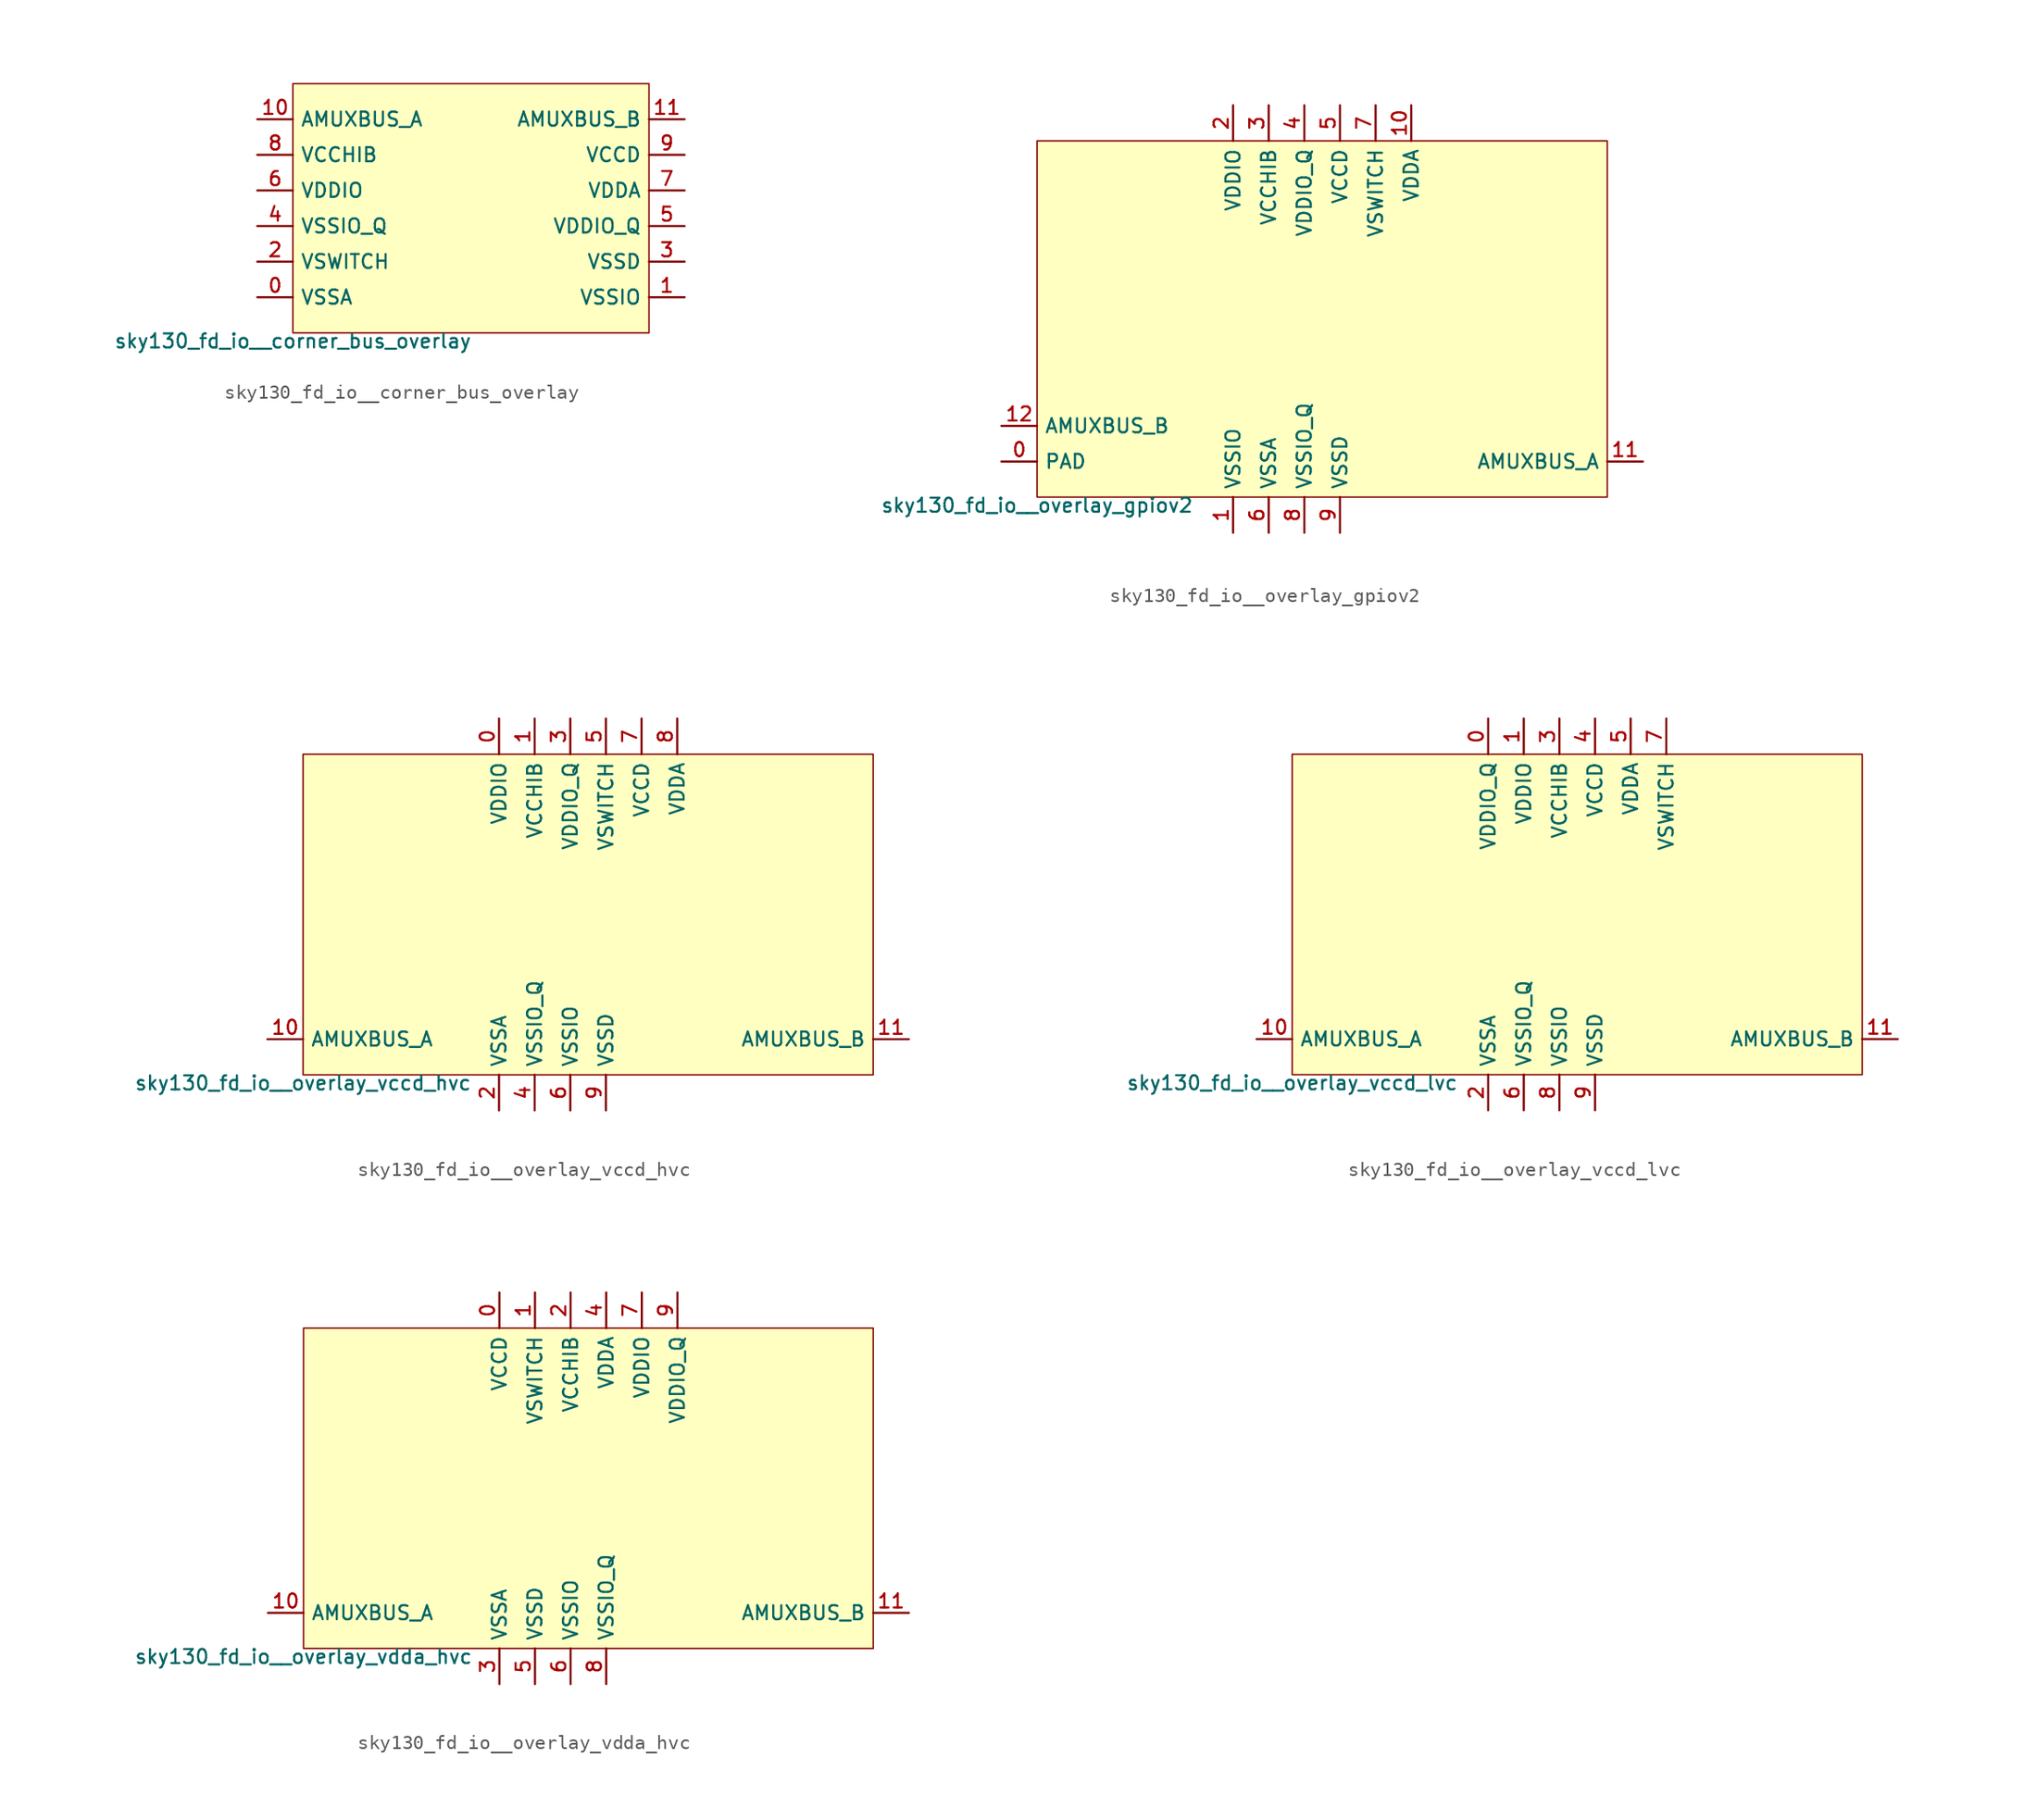
<source format=kicad_sym>
(kicad_symbol_lib
  (version 20211014)
  (generator lef2kicad_sym)
  (symbol "sky130_fd_io__corner_bus_overlay"
    (property "Reference" "X"
      (at 0 0 0)
      (effects (font (size 1 1)) hide))
    (property "Value" "sky130_fd_io__corner_bus_overlay"
      (at -12.7 -8.89 0)
      (effects (font (size 1 1)) (justify top)))
    (rectangle
      (start -12.7 -8.89)
      (end 12.7 8.89)
      (stroke (width 0.1) (type solid) (color 0 0 0 0))
      (fill (type background)))
    (pin bidirectional line
      (at -15.24 -6.35 0)
      (length 2.54)
      (name "VSSA" (effects (font (size 1 1)) hide))
      (number "0" (effects (font (size 1 1)) hide)))
    (pin bidirectional line
      (at 15.24 -6.35 180)
      (length 2.54)
      (name "VSSIO" (effects (font (size 1 1)) hide))
      (number "1" (effects (font (size 1 1)) hide)))
    (pin bidirectional line
      (at -15.24 -3.81 0)
      (length 2.54)
      (name "VSWITCH" (effects (font (size 1 1)) hide))
      (number "2" (effects (font (size 1 1)) hide)))
    (pin bidirectional line
      (at 15.24 -3.81 180)
      (length 2.54)
      (name "VSSD" (effects (font (size 1 1)) hide))
      (number "3" (effects (font (size 1 1)) hide)))
    (pin bidirectional line
      (at -15.24 -1.27 0)
      (length 2.54)
      (name "VSSIO_Q" (effects (font (size 1 1)) hide))
      (number "4" (effects (font (size 1 1)) hide)))
    (pin bidirectional line
      (at 15.24 -1.27 180)
      (length 2.54)
      (name "VDDIO_Q" (effects (font (size 1 1)) hide))
      (number "5" (effects (font (size 1 1)) hide)))
    (pin bidirectional line
      (at -15.24 1.27 0)
      (length 2.54)
      (name "VDDIO" (effects (font (size 1 1)) hide))
      (number "6" (effects (font (size 1 1)) hide)))
    (pin bidirectional line
      (at 15.24 1.27 180)
      (length 2.54)
      (name "VDDA" (effects (font (size 1 1)) hide))
      (number "7" (effects (font (size 1 1)) hide)))
    (pin bidirectional line
      (at -15.24 3.81 0)
      (length 2.54)
      (name "VCCHIB" (effects (font (size 1 1)) hide))
      (number "8" (effects (font (size 1 1)) hide)))
    (pin bidirectional line
      (at 15.24 3.81 180)
      (length 2.54)
      (name "VCCD" (effects (font (size 1 1)) hide))
      (number "9" (effects (font (size 1 1)) hide)))
    (pin bidirectional line
      (at -15.24 6.35 0)
      (length 2.54)
      (name "AMUXBUS_A" (effects (font (size 1 1)) hide))
      (number "10" (effects (font (size 1 1)) hide)))
    (pin bidirectional line
      (at 15.24 6.35 180)
      (length 2.54)
      (name "AMUXBUS_B" (effects (font (size 1 1)) hide))
      (number "11" (effects (font (size 1 1)) hide))))
  (symbol "sky130_fd_io__overlay_gpiov2"
    (property "Reference" "X"
      (at 0 0 0)
      (effects (font (size 1 1)) hide))
    (property "Value" "sky130_fd_io__overlay_gpiov2"
      (at -20.32 -12.7 0)
      (effects (font (size 1 1)) (justify top)))
    (rectangle
      (start -20.32 -12.7)
      (end 20.32 12.7)
      (stroke (width 0.1) (type solid) (color 0 0 0 0))
      (fill (type background)))
    (pin bidirectional line
      (at -22.86 -10.16 0)
      (length 2.54)
      (name "PAD" (effects (font (size 1 1)) hide))
      (number "0" (effects (font (size 1 1)) hide)))
    (pin power_in line
      (at -6.35 -15.24 90)
      (length 2.54)
      (name "VSSIO" (effects (font (size 1 1)) hide))
      (number "1" (effects (font (size 1 1)) hide)))
    (pin power_in line
      (at -6.35 15.24 270)
      (length 2.54)
      (name "VDDIO" (effects (font (size 1 1)) hide))
      (number "2" (effects (font (size 1 1)) hide)))
    (pin power_in line
      (at -3.81 15.24 270)
      (length 2.54)
      (name "VCCHIB" (effects (font (size 1 1)) hide))
      (number "3" (effects (font (size 1 1)) hide)))
    (pin power_in line
      (at -1.27 15.24 270)
      (length 2.54)
      (name "VDDIO_Q" (effects (font (size 1 1)) hide))
      (number "4" (effects (font (size 1 1)) hide)))
    (pin power_in line
      (at 1.27 15.24 270)
      (length 2.54)
      (name "VCCD" (effects (font (size 1 1)) hide))
      (number "5" (effects (font (size 1 1)) hide)))
    (pin power_in line
      (at -3.81 -15.24 90)
      (length 2.54)
      (name "VSSA" (effects (font (size 1 1)) hide))
      (number "6" (effects (font (size 1 1)) hide)))
    (pin power_in line
      (at 3.81 15.24 270)
      (length 2.54)
      (name "VSWITCH" (effects (font (size 1 1)) hide))
      (number "7" (effects (font (size 1 1)) hide)))
    (pin power_in line
      (at -1.27 -15.24 90)
      (length 2.54)
      (name "VSSIO_Q" (effects (font (size 1 1)) hide))
      (number "8" (effects (font (size 1 1)) hide)))
    (pin power_in line
      (at 1.27 -15.24 90)
      (length 2.54)
      (name "VSSD" (effects (font (size 1 1)) hide))
      (number "9" (effects (font (size 1 1)) hide)))
    (pin power_in line
      (at 6.35 15.24 270)
      (length 2.54)
      (name "VDDA" (effects (font (size 1 1)) hide))
      (number "10" (effects (font (size 1 1)) hide)))
    (pin bidirectional line
      (at 22.86 -10.16 180)
      (length 2.54)
      (name "AMUXBUS_A" (effects (font (size 1 1)) hide))
      (number "11" (effects (font (size 1 1)) hide)))
    (pin bidirectional line
      (at -22.86 -7.62 0)
      (length 2.54)
      (name "AMUXBUS_B" (effects (font (size 1 1)) hide))
      (number "12" (effects (font (size 1 1)) hide))))
  (symbol "sky130_fd_io__overlay_vccd_hvc"
    (property "Reference" "X"
      (at 0 0 0)
      (effects (font (size 1 1)) hide))
    (property "Value" "sky130_fd_io__overlay_vccd_hvc"
      (at -20.32 -11.43 0)
      (effects (font (size 1 1)) (justify top)))
    (rectangle
      (start -20.32 -11.43)
      (end 20.32 11.43)
      (stroke (width 0.1) (type solid) (color 0 0 0 0))
      (fill (type background)))
    (pin power_in line
      (at -6.35 13.97 270)
      (length 2.54)
      (name "VDDIO" (effects (font (size 1 1)) hide))
      (number "0" (effects (font (size 1 1)) hide)))
    (pin power_in line
      (at -3.81 13.97 270)
      (length 2.54)
      (name "VCCHIB" (effects (font (size 1 1)) hide))
      (number "1" (effects (font (size 1 1)) hide)))
    (pin power_in line
      (at -6.35 -13.97 90)
      (length 2.54)
      (name "VSSA" (effects (font (size 1 1)) hide))
      (number "2" (effects (font (size 1 1)) hide)))
    (pin power_in line
      (at -1.27 13.97 270)
      (length 2.54)
      (name "VDDIO_Q" (effects (font (size 1 1)) hide))
      (number "3" (effects (font (size 1 1)) hide)))
    (pin power_in line
      (at -3.81 -13.97 90)
      (length 2.54)
      (name "VSSIO_Q" (effects (font (size 1 1)) hide))
      (number "4" (effects (font (size 1 1)) hide)))
    (pin power_in line
      (at 1.27 13.97 270)
      (length 2.54)
      (name "VSWITCH" (effects (font (size 1 1)) hide))
      (number "5" (effects (font (size 1 1)) hide)))
    (pin power_in line
      (at -1.27 -13.97 90)
      (length 2.54)
      (name "VSSIO" (effects (font (size 1 1)) hide))
      (number "6" (effects (font (size 1 1)) hide)))
    (pin power_in line
      (at 3.81 13.97 270)
      (length 2.54)
      (name "VCCD" (effects (font (size 1 1)) hide))
      (number "7" (effects (font (size 1 1)) hide)))
    (pin power_in line
      (at 6.35 13.97 270)
      (length 2.54)
      (name "VDDA" (effects (font (size 1 1)) hide))
      (number "8" (effects (font (size 1 1)) hide)))
    (pin power_in line
      (at 1.27 -13.97 90)
      (length 2.54)
      (name "VSSD" (effects (font (size 1 1)) hide))
      (number "9" (effects (font (size 1 1)) hide)))
    (pin bidirectional line
      (at -22.86 -8.89 0)
      (length 2.54)
      (name "AMUXBUS_A" (effects (font (size 1 1)) hide))
      (number "10" (effects (font (size 1 1)) hide)))
    (pin bidirectional line
      (at 22.86 -8.89 180)
      (length 2.54)
      (name "AMUXBUS_B" (effects (font (size 1 1)) hide))
      (number "11" (effects (font (size 1 1)) hide))))
  (symbol "sky130_fd_io__overlay_vccd_lvc"
    (property "Reference" "X"
      (at 0 0 0)
      (effects (font (size 1 1)) hide))
    (property "Value" "sky130_fd_io__overlay_vccd_lvc"
      (at -20.32 -11.43 0)
      (effects (font (size 1 1)) (justify top)))
    (rectangle
      (start -20.32 -11.43)
      (end 20.32 11.43)
      (stroke (width 0.1) (type solid) (color 0 0 0 0))
      (fill (type background)))
    (pin power_in line
      (at -6.35 13.97 270)
      (length 2.54)
      (name "VDDIO_Q" (effects (font (size 1 1)) hide))
      (number "0" (effects (font (size 1 1)) hide)))
    (pin power_in line
      (at -3.81 13.97 270)
      (length 2.54)
      (name "VDDIO" (effects (font (size 1 1)) hide))
      (number "1" (effects (font (size 1 1)) hide)))
    (pin power_in line
      (at -6.35 -13.97 90)
      (length 2.54)
      (name "VSSA" (effects (font (size 1 1)) hide))
      (number "2" (effects (font (size 1 1)) hide)))
    (pin power_in line
      (at -1.27 13.97 270)
      (length 2.54)
      (name "VCCHIB" (effects (font (size 1 1)) hide))
      (number "3" (effects (font (size 1 1)) hide)))
    (pin power_in line
      (at 1.27 13.97 270)
      (length 2.54)
      (name "VCCD" (effects (font (size 1 1)) hide))
      (number "4" (effects (font (size 1 1)) hide)))
    (pin power_in line
      (at 3.81 13.97 270)
      (length 2.54)
      (name "VDDA" (effects (font (size 1 1)) hide))
      (number "5" (effects (font (size 1 1)) hide)))
    (pin power_in line
      (at -3.81 -13.97 90)
      (length 2.54)
      (name "VSSIO_Q" (effects (font (size 1 1)) hide))
      (number "6" (effects (font (size 1 1)) hide)))
    (pin power_in line
      (at 6.35 13.97 270)
      (length 2.54)
      (name "VSWITCH" (effects (font (size 1 1)) hide))
      (number "7" (effects (font (size 1 1)) hide)))
    (pin power_in line
      (at -1.27 -13.97 90)
      (length 2.54)
      (name "VSSIO" (effects (font (size 1 1)) hide))
      (number "8" (effects (font (size 1 1)) hide)))
    (pin power_in line
      (at 1.27 -13.97 90)
      (length 2.54)
      (name "VSSD" (effects (font (size 1 1)) hide))
      (number "9" (effects (font (size 1 1)) hide)))
    (pin bidirectional line
      (at -22.86 -8.89 0)
      (length 2.54)
      (name "AMUXBUS_A" (effects (font (size 1 1)) hide))
      (number "10" (effects (font (size 1 1)) hide)))
    (pin bidirectional line
      (at 22.86 -8.89 180)
      (length 2.54)
      (name "AMUXBUS_B" (effects (font (size 1 1)) hide))
      (number "11" (effects (font (size 1 1)) hide))))
  (symbol "sky130_fd_io__overlay_vdda_hvc"
    (property "Reference" "X"
      (at 0 0 0)
      (effects (font (size 1 1)) hide))
    (property "Value" "sky130_fd_io__overlay_vdda_hvc"
      (at -20.32 -11.43 0)
      (effects (font (size 1 1)) (justify top)))
    (rectangle
      (start -20.32 -11.43)
      (end 20.32 11.43)
      (stroke (width 0.1) (type solid) (color 0 0 0 0))
      (fill (type background)))
    (pin power_in line
      (at -6.35 13.97 270)
      (length 2.54)
      (name "VCCD" (effects (font (size 1 1)) hide))
      (number "0" (effects (font (size 1 1)) hide)))
    (pin power_in line
      (at -3.81 13.97 270)
      (length 2.54)
      (name "VSWITCH" (effects (font (size 1 1)) hide))
      (number "1" (effects (font (size 1 1)) hide)))
    (pin power_in line
      (at -1.27 13.97 270)
      (length 2.54)
      (name "VCCHIB" (effects (font (size 1 1)) hide))
      (number "2" (effects (font (size 1 1)) hide)))
    (pin power_in line
      (at -6.35 -13.97 90)
      (length 2.54)
      (name "VSSA" (effects (font (size 1 1)) hide))
      (number "3" (effects (font (size 1 1)) hide)))
    (pin power_in line
      (at 1.27 13.97 270)
      (length 2.54)
      (name "VDDA" (effects (font (size 1 1)) hide))
      (number "4" (effects (font (size 1 1)) hide)))
    (pin power_in line
      (at -3.81 -13.97 90)
      (length 2.54)
      (name "VSSD" (effects (font (size 1 1)) hide))
      (number "5" (effects (font (size 1 1)) hide)))
    (pin power_in line
      (at -1.27 -13.97 90)
      (length 2.54)
      (name "VSSIO" (effects (font (size 1 1)) hide))
      (number "6" (effects (font (size 1 1)) hide)))
    (pin power_in line
      (at 3.81 13.97 270)
      (length 2.54)
      (name "VDDIO" (effects (font (size 1 1)) hide))
      (number "7" (effects (font (size 1 1)) hide)))
    (pin power_in line
      (at 1.27 -13.97 90)
      (length 2.54)
      (name "VSSIO_Q" (effects (font (size 1 1)) hide))
      (number "8" (effects (font (size 1 1)) hide)))
    (pin power_in line
      (at 6.35 13.97 270)
      (length 2.54)
      (name "VDDIO_Q" (effects (font (size 1 1)) hide))
      (number "9" (effects (font (size 1 1)) hide)))
    (pin bidirectional line
      (at -22.86 -8.89 0)
      (length 2.54)
      (name "AMUXBUS_A" (effects (font (size 1 1)) hide))
      (number "10" (effects (font (size 1 1)) hide)))
    (pin bidirectional line
      (at 22.86 -8.89 180)
      (length 2.54)
      (name "AMUXBUS_B" (effects (font (size 1 1)) hide))
      (number "11" (effects (font (size 1 1)) hide)))))
</source>
